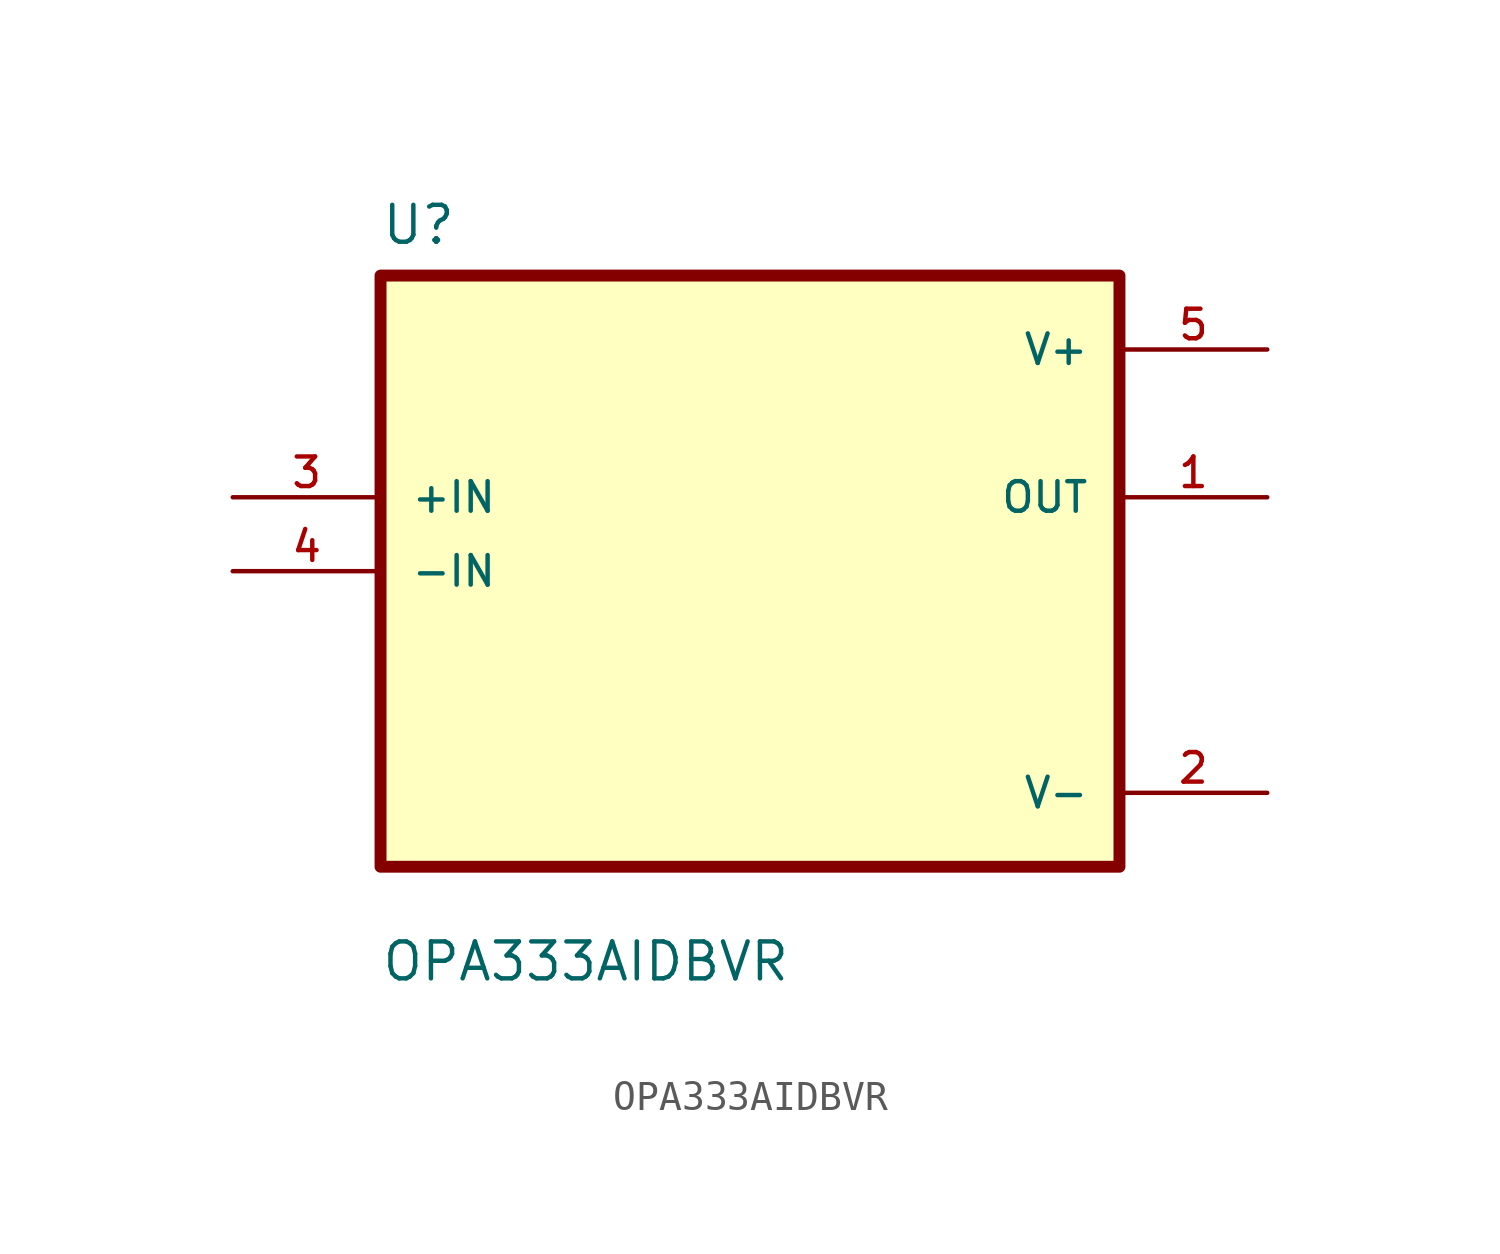
<source format=kicad_sym>
(kicad_symbol_lib
  (version 20211014)
  (generator kicad_symbol_editor)
  (symbol "OPA333AIDBVR"
    (pin_names
      (offset 1.016))
    (property "Reference" "U"
      (at -12.7 11.16 0.0)
      (effects (font (size 1.27 1.27)) (justify bottom left)))
    (property "Value" "OPA333AIDBVR"
      (at -12.7 -14.16 0.0)
      (effects (font (size 1.27 1.27)) (justify bottom left)))
    (symbol "OPA333AIDBVR_0_0"
      (rectangle (start -12.7 -10.16) (end 12.7 10.16) (stroke (width 0.41)) (fill (type background)))
      (pin input line (at -17.78 2.54 0) (length 5.08) (name "+IN" (effects (font (size 1.016 1.016)))) (number "3" (effects (font (size 1.016 1.016)))))
      (pin input line (at -17.78 0.0 0) (length 5.08) (name "-IN" (effects (font (size 1.016 1.016)))) (number "4" (effects (font (size 1.016 1.016)))))
      (pin power_in line (at 17.78 7.62 180.0) (length 5.08) (name "V+" (effects (font (size 1.016 1.016)))) (number "5" (effects (font (size 1.016 1.016)))))
      (pin output line (at 17.78 2.54 180.0) (length 5.08) (name "OUT" (effects (font (size 1.016 1.016)))) (number "1" (effects (font (size 1.016 1.016)))))
      (pin power_in line (at 17.78 -7.62 180.0) (length 5.08) (name "V-" (effects (font (size 1.016 1.016)))) (number "2" (effects (font (size 1.016 1.016))))))))
</source>
